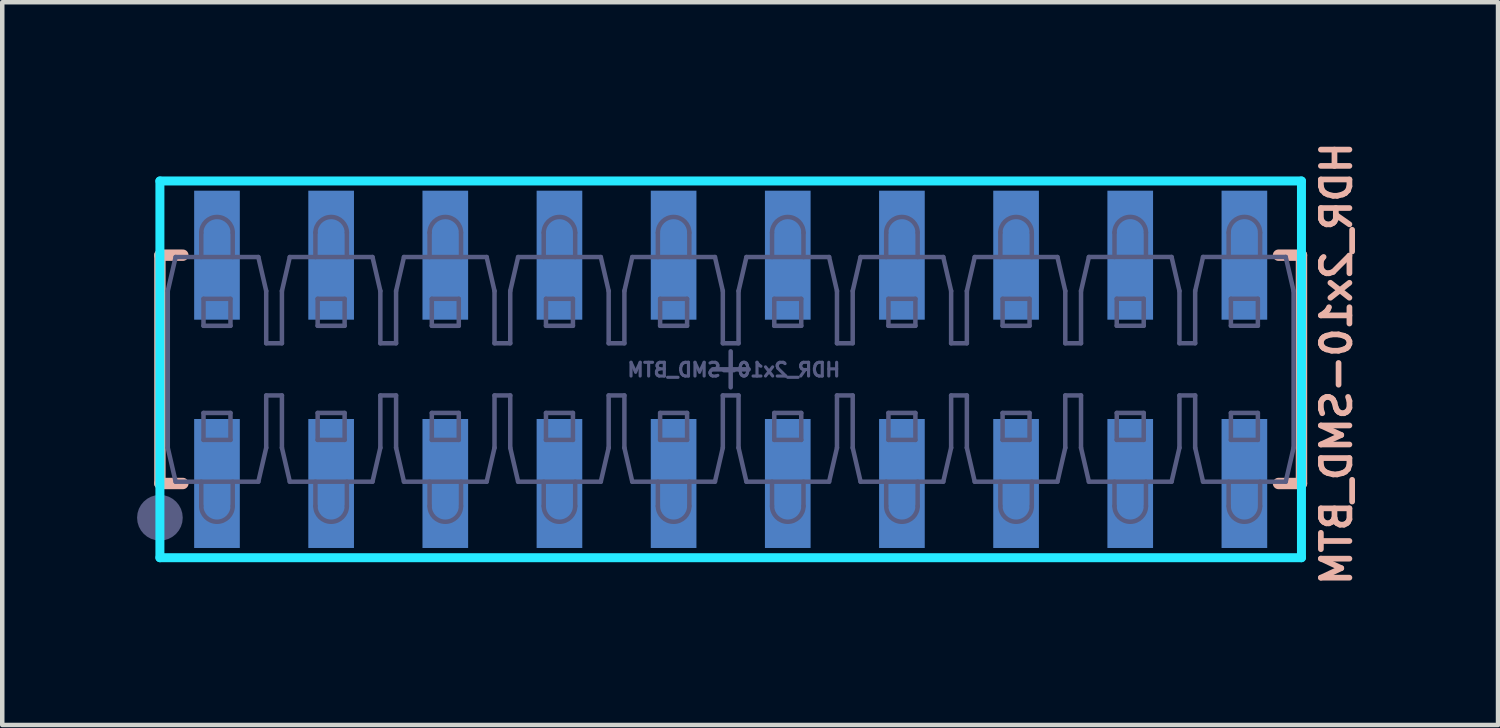
<source format=kicad_pcb>
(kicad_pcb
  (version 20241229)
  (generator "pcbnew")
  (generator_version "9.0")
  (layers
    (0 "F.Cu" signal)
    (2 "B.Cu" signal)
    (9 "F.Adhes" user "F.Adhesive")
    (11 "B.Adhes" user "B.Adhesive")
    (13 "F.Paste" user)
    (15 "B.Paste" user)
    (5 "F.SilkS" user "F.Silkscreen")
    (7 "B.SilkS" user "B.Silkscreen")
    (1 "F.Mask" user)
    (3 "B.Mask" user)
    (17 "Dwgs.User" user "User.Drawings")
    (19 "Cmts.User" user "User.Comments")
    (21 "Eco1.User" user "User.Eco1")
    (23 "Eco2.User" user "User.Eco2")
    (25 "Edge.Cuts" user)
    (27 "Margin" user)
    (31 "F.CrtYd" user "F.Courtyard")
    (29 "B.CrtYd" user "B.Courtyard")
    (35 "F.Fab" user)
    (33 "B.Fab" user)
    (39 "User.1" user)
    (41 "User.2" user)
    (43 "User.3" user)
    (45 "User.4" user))
  (footprint "HDR_2x10-SMD_BTM"
    (layer "F.Cu")
    (at 13.208 5.168)
    (property "Reference" "HDR_2x10-SMD_BTM" (at 13.48 -0.127 90) (unlocked yes) (layer "B.SilkS") (effects (font (size 0.635 0.635) (thickness 0.127)) (justify mirror)))
    (fp_line (start -12.7 2.54) (end -12.7 -2.54) (stroke (width 0.254) (type solid)) (layer "B.SilkS"))
    (fp_line (start -12.19 -2.54) (end -12.7 -2.54) (stroke (width 0.254) (type solid)) (layer "B.SilkS"))
    (fp_line (start -12.19 2.54) (end -12.7 2.54) (stroke (width 0.254) (type solid)) (layer "B.SilkS"))
    (fp_line (start 12.19 -2.54) (end 12.7 -2.54) (stroke (width 0.254) (type solid)) (layer "B.SilkS"))
    (fp_line (start 12.19 2.54) (end 12.7 2.54) (stroke (width 0.254) (type solid)) (layer "B.SilkS"))
    (fp_line (start 12.7 2.54) (end 12.7 -2.54) (stroke (width 0.254) (type solid)) (layer "B.SilkS"))
    (fp_circle (center -12.7 3.302) (end -12.7 3.175) (stroke (width 0.35) (type solid)) (fill no) (layer "B.SilkS"))
    (fp_line (start -12.7 -4.191) (end 12.7 -4.191) (stroke (width 0.2) (type solid)) (layer "B.CrtYd"))
    (fp_line (start -12.7 4.191) (end -12.7 -4.191) (stroke (width 0.2) (type solid)) (layer "B.CrtYd"))
    (fp_line (start -12.7 4.191) (end 12.7 4.191) (stroke (width 0.2) (type solid)) (layer "B.CrtYd"))
    (fp_line (start 12.7 4.191) (end 12.7 -4.191) (stroke (width 0.2) (type solid)) (layer "B.CrtYd"))
    (fp_line (start -12.525 -1.744) (end -12.35 -2.499) (stroke (width 0.1) (type solid)) (layer "B.Fab"))
    (fp_line (start -12.525 1.745) (end -12.525 -1.745) (stroke (width 0.1) (type solid)) (layer "B.Fab"))
    (fp_line (start -12.525 1.745) (end -12.35 2.5) (stroke (width 0.1) (type solid)) (layer "B.Fab"))
    (fp_line (start -12.35 -2.499) (end -10.51 -2.499) (stroke (width 0.1) (type solid)) (layer "B.Fab"))
    (fp_line (start -12.35 2.5) (end -10.51 2.5) (stroke (width 0.1) (type solid)) (layer "B.Fab"))
    (fp_line (start -11.78 -2.499) (end -11.78 -3.04) (stroke (width 0.1) (type solid)) (layer "B.Fab"))
    (fp_line (start -11.78 3.042) (end -11.78 2.5) (stroke (width 0.1) (type solid)) (layer "B.Fab"))
    (fp_line (start -11.73 -1.569) (end -11.13 -1.569) (stroke (width 0.1) (type solid)) (layer "B.Fab"))
    (fp_line (start -11.73 -0.969) (end -11.73 -1.569) (stroke (width 0.1) (type solid)) (layer "B.Fab"))
    (fp_line (start -11.73 -0.969) (end -11.13 -0.969) (stroke (width 0.1) (type solid)) (layer "B.Fab"))
    (fp_line (start -11.73 0.97) (end -11.13 0.97) (stroke (width 0.1) (type solid)) (layer "B.Fab"))
    (fp_line (start -11.73 1.57) (end -11.73 0.97) (stroke (width 0.1) (type solid)) (layer "B.Fab"))
    (fp_line (start -11.73 1.57) (end -11.13 1.57) (stroke (width 0.1) (type solid)) (layer "B.Fab"))
    (fp_line (start -11.13 -0.969) (end -11.13 -1.569) (stroke (width 0.1) (type solid)) (layer "B.Fab"))
    (fp_line (start -11.13 1.57) (end -11.13 0.97) (stroke (width 0.1) (type solid)) (layer "B.Fab"))
    (fp_line (start -11.08 -2.499) (end -11.08 -3.04) (stroke (width 0.1) (type solid)) (layer "B.Fab"))
    (fp_line (start -11.08 3.042) (end -11.08 2.5) (stroke (width 0.1) (type solid)) (layer "B.Fab"))
    (fp_line (start -10.51 -2.499) (end -10.335 -1.744) (stroke (width 0.1) (type solid)) (layer "B.Fab"))
    (fp_line (start -10.51 2.5) (end -10.335 1.745) (stroke (width 0.1) (type solid)) (layer "B.Fab"))
    (fp_line (start -10.335 -0.58) (end -10.335 -1.744) (stroke (width 0.1) (type solid)) (layer "B.Fab"))
    (fp_line (start -10.335 -0.58) (end -9.985 -0.58) (stroke (width 0.1) (type solid)) (layer "B.Fab"))
    (fp_line (start -10.335 0.581) (end -9.985 0.581) (stroke (width 0.1) (type solid)) (layer "B.Fab"))
    (fp_line (start -10.335 1.745) (end -10.335 0.581) (stroke (width 0.1) (type solid)) (layer "B.Fab"))
    (fp_line (start -9.985 -1.744) (end -9.81 -2.499) (stroke (width 0.1) (type solid)) (layer "B.Fab"))
    (fp_line (start -9.985 -0.58) (end -9.985 -1.744) (stroke (width 0.1) (type solid)) (layer "B.Fab"))
    (fp_line (start -9.985 1.745) (end -9.985 0.581) (stroke (width 0.1) (type solid)) (layer "B.Fab"))
    (fp_line (start -9.985 1.745) (end -9.81 2.5) (stroke (width 0.1) (type solid)) (layer "B.Fab"))
    (fp_line (start -9.81 -2.499) (end -7.97 -2.499) (stroke (width 0.1) (type solid)) (layer "B.Fab"))
    (fp_line (start -9.81 2.5) (end -7.97 2.5) (stroke (width 0.1) (type solid)) (layer "B.Fab"))
    (fp_line (start -9.24 -2.499) (end -9.24 -3.04) (stroke (width 0.1) (type solid)) (layer "B.Fab"))
    (fp_line (start -9.24 3.042) (end -9.24 2.5) (stroke (width 0.1) (type solid)) (layer "B.Fab"))
    (fp_line (start -9.19 -1.569) (end -8.59 -1.569) (stroke (width 0.1) (type solid)) (layer "B.Fab"))
    (fp_line (start -9.19 -0.969) (end -9.19 -1.569) (stroke (width 0.1) (type solid)) (layer "B.Fab"))
    (fp_line (start -9.19 -0.969) (end -8.59 -0.969) (stroke (width 0.1) (type solid)) (layer "B.Fab"))
    (fp_line (start -9.19 0.97) (end -8.59 0.97) (stroke (width 0.1) (type solid)) (layer "B.Fab"))
    (fp_line (start -9.19 1.57) (end -9.19 0.97) (stroke (width 0.1) (type solid)) (layer "B.Fab"))
    (fp_line (start -9.19 1.57) (end -8.59 1.57) (stroke (width 0.1) (type solid)) (layer "B.Fab"))
    (fp_line (start -8.59 -0.969) (end -8.59 -1.569) (stroke (width 0.1) (type solid)) (layer "B.Fab"))
    (fp_line (start -8.59 1.57) (end -8.59 0.97) (stroke (width 0.1) (type solid)) (layer "B.Fab"))
    (fp_line (start -8.54 -2.499) (end -8.54 -3.04) (stroke (width 0.1) (type solid)) (layer "B.Fab"))
    (fp_line (start -8.54 3.042) (end -8.54 2.5) (stroke (width 0.1) (type solid)) (layer "B.Fab"))
    (fp_line (start -7.97 -2.499) (end -7.795 -1.744) (stroke (width 0.1) (type solid)) (layer "B.Fab"))
    (fp_line (start -7.97 2.5) (end -7.795 1.745) (stroke (width 0.1) (type solid)) (layer "B.Fab"))
    (fp_line (start -7.795 -0.58) (end -7.795 -1.744) (stroke (width 0.1) (type solid)) (layer "B.Fab"))
    (fp_line (start -7.795 -0.58) (end -7.445 -0.58) (stroke (width 0.1) (type solid)) (layer "B.Fab"))
    (fp_line (start -7.795 0.581) (end -7.445 0.581) (stroke (width 0.1) (type solid)) (layer "B.Fab"))
    (fp_line (start -7.795 1.745) (end -7.795 0.581) (stroke (width 0.1) (type solid)) (layer "B.Fab"))
    (fp_line (start -7.445 -1.744) (end -7.27 -2.499) (stroke (width 0.1) (type solid)) (layer "B.Fab"))
    (fp_line (start -7.445 -0.58) (end -7.445 -1.744) (stroke (width 0.1) (type solid)) (layer "B.Fab"))
    (fp_line (start -7.445 1.745) (end -7.445 0.581) (stroke (width 0.1) (type solid)) (layer "B.Fab"))
    (fp_line (start -7.445 1.745) (end -7.27 2.5) (stroke (width 0.1) (type solid)) (layer "B.Fab"))
    (fp_line (start -7.27 -2.499) (end -5.43 -2.499) (stroke (width 0.1) (type solid)) (layer "B.Fab"))
    (fp_line (start -7.27 2.5) (end -5.43 2.5) (stroke (width 0.1) (type solid)) (layer "B.Fab"))
    (fp_line (start -6.7 -2.499) (end -6.7 -3.04) (stroke (width 0.1) (type solid)) (layer "B.Fab"))
    (fp_line (start -6.7 3.042) (end -6.7 2.5) (stroke (width 0.1) (type solid)) (layer "B.Fab"))
    (fp_line (start -6.65 -1.569) (end -6.05 -1.569) (stroke (width 0.1) (type solid)) (layer "B.Fab"))
    (fp_line (start -6.65 -0.969) (end -6.65 -1.569) (stroke (width 0.1) (type solid)) (layer "B.Fab"))
    (fp_line (start -6.65 -0.969) (end -6.05 -0.969) (stroke (width 0.1) (type solid)) (layer "B.Fab"))
    (fp_line (start -6.65 0.97) (end -6.05 0.97) (stroke (width 0.1) (type solid)) (layer "B.Fab"))
    (fp_line (start -6.65 1.57) (end -6.65 0.97) (stroke (width 0.1) (type solid)) (layer "B.Fab"))
    (fp_line (start -6.65 1.57) (end -6.05 1.57) (stroke (width 0.1) (type solid)) (layer "B.Fab"))
    (fp_line (start -6.05 -0.969) (end -6.05 -1.569) (stroke (width 0.1) (type solid)) (layer "B.Fab"))
    (fp_line (start -6.05 1.57) (end -6.05 0.97) (stroke (width 0.1) (type solid)) (layer "B.Fab"))
    (fp_line (start -6 -2.499) (end -6 -3.04) (stroke (width 0.1) (type solid)) (layer "B.Fab"))
    (fp_line (start -6 3.042) (end -6 2.5) (stroke (width 0.1) (type solid)) (layer "B.Fab"))
    (fp_line (start -5.43 -2.499) (end -5.255 -1.744) (stroke (width 0.1) (type solid)) (layer "B.Fab"))
    (fp_line (start -5.43 2.5) (end -5.255 1.745) (stroke (width 0.1) (type solid)) (layer "B.Fab"))
    (fp_line (start -5.255 -0.58) (end -5.255 -1.744) (stroke (width 0.1) (type solid)) (layer "B.Fab"))
    (fp_line (start -5.255 -0.58) (end -4.905 -0.58) (stroke (width 0.1) (type solid)) (layer "B.Fab"))
    (fp_line (start -5.255 0.581) (end -4.905 0.581) (stroke (width 0.1) (type solid)) (layer "B.Fab"))
    (fp_line (start -5.255 1.745) (end -5.255 0.581) (stroke (width 0.1) (type solid)) (layer "B.Fab"))
    (fp_line (start -4.905 -1.744) (end -4.73 -2.499) (stroke (width 0.1) (type solid)) (layer "B.Fab"))
    (fp_line (start -4.905 -0.58) (end -4.905 -1.744) (stroke (width 0.1) (type solid)) (layer "B.Fab"))
    (fp_line (start -4.905 1.745) (end -4.905 0.581) (stroke (width 0.1) (type solid)) (layer "B.Fab"))
    (fp_line (start -4.905 1.745) (end -4.73 2.5) (stroke (width 0.1) (type solid)) (layer "B.Fab"))
    (fp_line (start -4.73 -2.499) (end -2.89 -2.499) (stroke (width 0.1) (type solid)) (layer "B.Fab"))
    (fp_line (start -4.73 2.5) (end -2.89 2.5) (stroke (width 0.1) (type solid)) (layer "B.Fab"))
    (fp_line (start -4.16 -2.499) (end -4.16 -3.04) (stroke (width 0.1) (type solid)) (layer "B.Fab"))
    (fp_line (start -4.16 3.042) (end -4.16 2.5) (stroke (width 0.1) (type solid)) (layer "B.Fab"))
    (fp_line (start -4.11 -1.569) (end -3.51 -1.569) (stroke (width 0.1) (type solid)) (layer "B.Fab"))
    (fp_line (start -4.11 -0.969) (end -4.11 -1.569) (stroke (width 0.1) (type solid)) (layer "B.Fab"))
    (fp_line (start -4.11 -0.969) (end -3.51 -0.969) (stroke (width 0.1) (type solid)) (layer "B.Fab"))
    (fp_line (start -4.11 0.97) (end -3.51 0.97) (stroke (width 0.1) (type solid)) (layer "B.Fab"))
    (fp_line (start -4.11 1.57) (end -4.11 0.97) (stroke (width 0.1) (type solid)) (layer "B.Fab"))
    (fp_line (start -4.11 1.57) (end -3.51 1.57) (stroke (width 0.1) (type solid)) (layer "B.Fab"))
    (fp_line (start -3.51 -0.969) (end -3.51 -1.569) (stroke (width 0.1) (type solid)) (layer "B.Fab"))
    (fp_line (start -3.51 1.57) (end -3.51 0.97) (stroke (width 0.1) (type solid)) (layer "B.Fab"))
    (fp_line (start -3.46 -2.499) (end -3.46 -3.04) (stroke (width 0.1) (type solid)) (layer "B.Fab"))
    (fp_line (start -3.46 3.042) (end -3.46 2.5) (stroke (width 0.1) (type solid)) (layer "B.Fab"))
    (fp_line (start -2.89 -2.499) (end -2.715 -1.744) (stroke (width 0.1) (type solid)) (layer "B.Fab"))
    (fp_line (start -2.89 2.5) (end -2.715 1.745) (stroke (width 0.1) (type solid)) (layer "B.Fab"))
    (fp_line (start -2.715 -0.58) (end -2.715 -1.744) (stroke (width 0.1) (type solid)) (layer "B.Fab"))
    (fp_line (start -2.715 -0.58) (end -2.365 -0.58) (stroke (width 0.1) (type solid)) (layer "B.Fab"))
    (fp_line (start -2.715 0.581) (end -2.365 0.581) (stroke (width 0.1) (type solid)) (layer "B.Fab"))
    (fp_line (start -2.715 1.745) (end -2.715 0.581) (stroke (width 0.1) (type solid)) (layer "B.Fab"))
    (fp_line (start -2.365 -1.744) (end -2.19 -2.499) (stroke (width 0.1) (type solid)) (layer "B.Fab"))
    (fp_line (start -2.365 -0.58) (end -2.365 -1.744) (stroke (width 0.1) (type solid)) (layer "B.Fab"))
    (fp_line (start -2.365 1.745) (end -2.365 0.581) (stroke (width 0.1) (type solid)) (layer "B.Fab"))
    (fp_line (start -2.365 1.745) (end -2.19 2.5) (stroke (width 0.1) (type solid)) (layer "B.Fab"))
    (fp_line (start -2.19 -2.499) (end -0.35 -2.499) (stroke (width 0.1) (type solid)) (layer "B.Fab"))
    (fp_line (start -2.19 2.5) (end -0.35 2.5) (stroke (width 0.1) (type solid)) (layer "B.Fab"))
    (fp_line (start -1.62 -2.499) (end -1.62 -3.04) (stroke (width 0.1) (type solid)) (layer "B.Fab"))
    (fp_line (start -1.62 3.042) (end -1.62 2.5) (stroke (width 0.1) (type solid)) (layer "B.Fab"))
    (fp_line (start -1.57 -1.569) (end -0.97 -1.569) (stroke (width 0.1) (type solid)) (layer "B.Fab"))
    (fp_line (start -1.57 -0.969) (end -1.57 -1.569) (stroke (width 0.1) (type solid)) (layer "B.Fab"))
    (fp_line (start -1.57 -0.969) (end -0.97 -0.969) (stroke (width 0.1) (type solid)) (layer "B.Fab"))
    (fp_line (start -1.57 0.97) (end -0.97 0.97) (stroke (width 0.1) (type solid)) (layer "B.Fab"))
    (fp_line (start -1.57 1.57) (end -1.57 0.97) (stroke (width 0.1) (type solid)) (layer "B.Fab"))
    (fp_line (start -1.57 1.57) (end -0.97 1.57) (stroke (width 0.1) (type solid)) (layer "B.Fab"))
    (fp_line (start -0.97 -0.969) (end -0.97 -1.569) (stroke (width 0.1) (type solid)) (layer "B.Fab"))
    (fp_line (start -0.97 1.57) (end -0.97 0.97) (stroke (width 0.1) (type solid)) (layer "B.Fab"))
    (fp_line (start -0.92 -2.499) (end -0.92 -3.04) (stroke (width 0.1) (type solid)) (layer "B.Fab"))
    (fp_line (start -0.92 3.042) (end -0.92 2.5) (stroke (width 0.1) (type solid)) (layer "B.Fab"))
    (fp_line (start -0.4 0) (end 0.4 0) (stroke (width 0.1) (type solid)) (layer "B.Fab"))
    (fp_line (start -0.35 -2.499) (end -0.175 -1.744) (stroke (width 0.1) (type solid)) (layer "B.Fab"))
    (fp_line (start -0.35 2.5) (end -0.175 1.745) (stroke (width 0.1) (type solid)) (layer "B.Fab"))
    (fp_line (start -0.175 -0.58) (end -0.175 -1.744) (stroke (width 0.1) (type solid)) (layer "B.Fab"))
    (fp_line (start -0.175 -0.58) (end 0.175 -0.58) (stroke (width 0.1) (type solid)) (layer "B.Fab"))
    (fp_line (start -0.175 0.581) (end 0.175 0.581) (stroke (width 0.1) (type solid)) (layer "B.Fab"))
    (fp_line (start -0.175 1.745) (end -0.175 0.581) (stroke (width 0.1) (type solid)) (layer "B.Fab"))
    (fp_line (start 0 0.4) (end 0 -0.4) (stroke (width 0.1) (type solid)) (layer "B.Fab"))
    (fp_line (start 0.175 -1.744) (end 0.35 -2.499) (stroke (width 0.1) (type solid)) (layer "B.Fab"))
    (fp_line (start 0.175 -0.58) (end 0.175 -1.744) (stroke (width 0.1) (type solid)) (layer "B.Fab"))
    (fp_line (start 0.175 1.745) (end 0.175 0.581) (stroke (width 0.1) (type solid)) (layer "B.Fab"))
    (fp_line (start 0.175 1.745) (end 0.35 2.5) (stroke (width 0.1) (type solid)) (layer "B.Fab"))
    (fp_line (start 0.35 -2.499) (end 2.19 -2.499) (stroke (width 0.1) (type solid)) (layer "B.Fab"))
    (fp_line (start 0.35 2.5) (end 2.19 2.5) (stroke (width 0.1) (type solid)) (layer "B.Fab"))
    (fp_line (start 0.92 -2.499) (end 0.92 -3.04) (stroke (width 0.1) (type solid)) (layer "B.Fab"))
    (fp_line (start 0.92 3.042) (end 0.92 2.5) (stroke (width 0.1) (type solid)) (layer "B.Fab"))
    (fp_line (start 0.97 -1.569) (end 1.57 -1.569) (stroke (width 0.1) (type solid)) (layer "B.Fab"))
    (fp_line (start 0.97 -0.969) (end 0.97 -1.569) (stroke (width 0.1) (type solid)) (layer "B.Fab"))
    (fp_line (start 0.97 -0.969) (end 1.57 -0.969) (stroke (width 0.1) (type solid)) (layer "B.Fab"))
    (fp_line (start 0.97 0.97) (end 1.57 0.97) (stroke (width 0.1) (type solid)) (layer "B.Fab"))
    (fp_line (start 0.97 1.57) (end 0.97 0.97) (stroke (width 0.1) (type solid)) (layer "B.Fab"))
    (fp_line (start 0.97 1.57) (end 1.57 1.57) (stroke (width 0.1) (type solid)) (layer "B.Fab"))
    (fp_line (start 1.57 -0.969) (end 1.57 -1.569) (stroke (width 0.1) (type solid)) (layer "B.Fab"))
    (fp_line (start 1.57 1.57) (end 1.57 0.97) (stroke (width 0.1) (type solid)) (layer "B.Fab"))
    (fp_line (start 1.62 -2.499) (end 1.62 -3.04) (stroke (width 0.1) (type solid)) (layer "B.Fab"))
    (fp_line (start 1.62 3.042) (end 1.62 2.5) (stroke (width 0.1) (type solid)) (layer "B.Fab"))
    (fp_line (start 2.19 -2.499) (end 2.365 -1.744) (stroke (width 0.1) (type solid)) (layer "B.Fab"))
    (fp_line (start 2.19 2.5) (end 2.365 1.745) (stroke (width 0.1) (type solid)) (layer "B.Fab"))
    (fp_line (start 2.365 -0.58) (end 2.365 -1.744) (stroke (width 0.1) (type solid)) (layer "B.Fab"))
    (fp_line (start 2.365 -0.58) (end 2.715 -0.58) (stroke (width 0.1) (type solid)) (layer "B.Fab"))
    (fp_line (start 2.365 0.581) (end 2.715 0.581) (stroke (width 0.1) (type solid)) (layer "B.Fab"))
    (fp_line (start 2.365 1.745) (end 2.365 0.581) (stroke (width 0.1) (type solid)) (layer "B.Fab"))
    (fp_line (start 2.715 -1.744) (end 2.89 -2.499) (stroke (width 0.1) (type solid)) (layer "B.Fab"))
    (fp_line (start 2.715 -0.58) (end 2.715 -1.744) (stroke (width 0.1) (type solid)) (layer "B.Fab"))
    (fp_line (start 2.715 1.745) (end 2.715 0.581) (stroke (width 0.1) (type solid)) (layer "B.Fab"))
    (fp_line (start 2.715 1.745) (end 2.89 2.5) (stroke (width 0.1) (type solid)) (layer "B.Fab"))
    (fp_line (start 2.89 -2.499) (end 4.73 -2.499) (stroke (width 0.1) (type solid)) (layer "B.Fab"))
    (fp_line (start 2.89 2.5) (end 4.73 2.5) (stroke (width 0.1) (type solid)) (layer "B.Fab"))
    (fp_line (start 3.46 -2.499) (end 3.46 -3.04) (stroke (width 0.1) (type solid)) (layer "B.Fab"))
    (fp_line (start 3.46 3.042) (end 3.46 2.5) (stroke (width 0.1) (type solid)) (layer "B.Fab"))
    (fp_line (start 3.51 -1.569) (end 4.11 -1.569) (stroke (width 0.1) (type solid)) (layer "B.Fab"))
    (fp_line (start 3.51 -0.969) (end 3.51 -1.569) (stroke (width 0.1) (type solid)) (layer "B.Fab"))
    (fp_line (start 3.51 -0.969) (end 4.11 -0.969) (stroke (width 0.1) (type solid)) (layer "B.Fab"))
    (fp_line (start 3.51 0.97) (end 4.11 0.97) (stroke (width 0.1) (type solid)) (layer "B.Fab"))
    (fp_line (start 3.51 1.57) (end 3.51 0.97) (stroke (width 0.1) (type solid)) (layer "B.Fab"))
    (fp_line (start 3.51 1.57) (end 4.11 1.57) (stroke (width 0.1) (type solid)) (layer "B.Fab"))
    (fp_line (start 4.11 -0.969) (end 4.11 -1.569) (stroke (width 0.1) (type solid)) (layer "B.Fab"))
    (fp_line (start 4.11 1.57) (end 4.11 0.97) (stroke (width 0.1) (type solid)) (layer "B.Fab"))
    (fp_line (start 4.16 -2.499) (end 4.16 -3.04) (stroke (width 0.1) (type solid)) (layer "B.Fab"))
    (fp_line (start 4.16 3.042) (end 4.16 2.5) (stroke (width 0.1) (type solid)) (layer "B.Fab"))
    (fp_line (start 4.73 -2.499) (end 4.905 -1.744) (stroke (width 0.1) (type solid)) (layer "B.Fab"))
    (fp_line (start 4.73 2.5) (end 4.905 1.745) (stroke (width 0.1) (type solid)) (layer "B.Fab"))
    (fp_line (start 4.905 -0.58) (end 4.905 -1.744) (stroke (width 0.1) (type solid)) (layer "B.Fab"))
    (fp_line (start 4.905 -0.58) (end 5.255 -0.58) (stroke (width 0.1) (type solid)) (layer "B.Fab"))
    (fp_line (start 4.905 0.581) (end 5.255 0.581) (stroke (width 0.1) (type solid)) (layer "B.Fab"))
    (fp_line (start 4.905 1.745) (end 4.905 0.581) (stroke (width 0.1) (type solid)) (layer "B.Fab"))
    (fp_line (start 5.255 -1.744) (end 5.43 -2.499) (stroke (width 0.1) (type solid)) (layer "B.Fab"))
    (fp_line (start 5.255 -0.58) (end 5.255 -1.744) (stroke (width 0.1) (type solid)) (layer "B.Fab"))
    (fp_line (start 5.255 1.745) (end 5.255 0.581) (stroke (width 0.1) (type solid)) (layer "B.Fab"))
    (fp_line (start 5.255 1.745) (end 5.43 2.5) (stroke (width 0.1) (type solid)) (layer "B.Fab"))
    (fp_line (start 5.43 -2.499) (end 7.27 -2.499) (stroke (width 0.1) (type solid)) (layer "B.Fab"))
    (fp_line (start 5.43 2.5) (end 7.27 2.5) (stroke (width 0.1) (type solid)) (layer "B.Fab"))
    (fp_line (start 6 -2.499) (end 6 -3.04) (stroke (width 0.1) (type solid)) (layer "B.Fab"))
    (fp_line (start 6 3.042) (end 6 2.5) (stroke (width 0.1) (type solid)) (layer "B.Fab"))
    (fp_line (start 6.05 -1.569) (end 6.65 -1.569) (stroke (width 0.1) (type solid)) (layer "B.Fab"))
    (fp_line (start 6.05 -0.969) (end 6.05 -1.569) (stroke (width 0.1) (type solid)) (layer "B.Fab"))
    (fp_line (start 6.05 -0.969) (end 6.65 -0.969) (stroke (width 0.1) (type solid)) (layer "B.Fab"))
    (fp_line (start 6.05 0.97) (end 6.65 0.97) (stroke (width 0.1) (type solid)) (layer "B.Fab"))
    (fp_line (start 6.05 1.57) (end 6.05 0.97) (stroke (width 0.1) (type solid)) (layer "B.Fab"))
    (fp_line (start 6.05 1.57) (end 6.65 1.57) (stroke (width 0.1) (type solid)) (layer "B.Fab"))
    (fp_line (start 6.65 -0.969) (end 6.65 -1.569) (stroke (width 0.1) (type solid)) (layer "B.Fab"))
    (fp_line (start 6.65 1.57) (end 6.65 0.97) (stroke (width 0.1) (type solid)) (layer "B.Fab"))
    (fp_line (start 6.7 -2.499) (end 6.7 -3.04) (stroke (width 0.1) (type solid)) (layer "B.Fab"))
    (fp_line (start 6.7 3.042) (end 6.7 2.5) (stroke (width 0.1) (type solid)) (layer "B.Fab"))
    (fp_line (start 7.27 -2.499) (end 7.445 -1.744) (stroke (width 0.1) (type solid)) (layer "B.Fab"))
    (fp_line (start 7.27 2.5) (end 7.445 1.745) (stroke (width 0.1) (type solid)) (layer "B.Fab"))
    (fp_line (start 7.445 -0.58) (end 7.445 -1.744) (stroke (width 0.1) (type solid)) (layer "B.Fab"))
    (fp_line (start 7.445 -0.58) (end 7.795 -0.58) (stroke (width 0.1) (type solid)) (layer "B.Fab"))
    (fp_line (start 7.445 0.581) (end 7.795 0.581) (stroke (width 0.1) (type solid)) (layer "B.Fab"))
    (fp_line (start 7.445 1.745) (end 7.445 0.581) (stroke (width 0.1) (type solid)) (layer "B.Fab"))
    (fp_line (start 7.795 -1.745) (end 7.97 -2.5) (stroke (width 0.1) (type solid)) (layer "B.Fab"))
    (fp_line (start 7.795 -0.581) (end 7.795 -1.745) (stroke (width 0.1) (type solid)) (layer "B.Fab"))
    (fp_line (start 7.795 1.745) (end 7.795 0.581) (stroke (width 0.1) (type solid)) (layer "B.Fab"))
    (fp_line (start 7.795 1.745) (end 7.97 2.5) (stroke (width 0.1) (type solid)) (layer "B.Fab"))
    (fp_line (start 7.97 -2.5) (end 9.81 -2.5) (stroke (width 0.1) (type solid)) (layer "B.Fab"))
    (fp_line (start 7.97 2.5) (end 9.81 2.5) (stroke (width 0.1) (type solid)) (layer "B.Fab"))
    (fp_line (start 8.54 -2.5) (end 8.54 -3.042) (stroke (width 0.1) (type solid)) (layer "B.Fab"))
    (fp_line (start 8.54 3.042) (end 8.54 2.5) (stroke (width 0.1) (type solid)) (layer "B.Fab"))
    (fp_line (start 8.59 -1.57) (end 9.19 -1.57) (stroke (width 0.1) (type solid)) (layer "B.Fab"))
    (fp_line (start 8.59 -0.97) (end 8.59 -1.57) (stroke (width 0.1) (type solid)) (layer "B.Fab"))
    (fp_line (start 8.59 -0.97) (end 9.19 -0.97) (stroke (width 0.1) (type solid)) (layer "B.Fab"))
    (fp_line (start 8.59 0.97) (end 9.19 0.97) (stroke (width 0.1) (type solid)) (layer "B.Fab"))
    (fp_line (start 8.59 1.57) (end 8.59 0.97) (stroke (width 0.1) (type solid)) (layer "B.Fab"))
    (fp_line (start 8.59 1.57) (end 9.19 1.57) (stroke (width 0.1) (type solid)) (layer "B.Fab"))
    (fp_line (start 9.19 -0.97) (end 9.19 -1.57) (stroke (width 0.1) (type solid)) (layer "B.Fab"))
    (fp_line (start 9.19 1.57) (end 9.19 0.97) (stroke (width 0.1) (type solid)) (layer "B.Fab"))
    (fp_line (start 9.24 -2.5) (end 9.24 -3.042) (stroke (width 0.1) (type solid)) (layer "B.Fab"))
    (fp_line (start 9.24 3.042) (end 9.24 2.5) (stroke (width 0.1) (type solid)) (layer "B.Fab"))
    (fp_line (start 9.81 -2.5) (end 9.985 -1.745) (stroke (width 0.1) (type solid)) (layer "B.Fab"))
    (fp_line (start 9.81 2.5) (end 9.985 1.745) (stroke (width 0.1) (type solid)) (layer "B.Fab"))
    (fp_line (start 9.985 -0.581) (end 9.985 -1.745) (stroke (width 0.1) (type solid)) (layer "B.Fab"))
    (fp_line (start 9.985 -0.581) (end 10.335 -0.581) (stroke (width 0.1) (type solid)) (layer "B.Fab"))
    (fp_line (start 9.985 0.581) (end 10.335 0.581) (stroke (width 0.1) (type solid)) (layer "B.Fab"))
    (fp_line (start 9.985 1.745) (end 9.985 0.581) (stroke (width 0.1) (type solid)) (layer "B.Fab"))
    (fp_line (start 10.335 -1.745) (end 10.51 -2.5) (stroke (width 0.1) (type solid)) (layer "B.Fab"))
    (fp_line (start 10.335 -0.581) (end 10.335 -1.745) (stroke (width 0.1) (type solid)) (layer "B.Fab"))
    (fp_line (start 10.335 1.745) (end 10.335 0.581) (stroke (width 0.1) (type solid)) (layer "B.Fab"))
    (fp_line (start 10.335 1.745) (end 10.51 2.5) (stroke (width 0.1) (type solid)) (layer "B.Fab"))
    (fp_line (start 10.51 -2.5) (end 12.35 -2.5) (stroke (width 0.1) (type solid)) (layer "B.Fab"))
    (fp_line (start 10.51 2.5) (end 12.35 2.5) (stroke (width 0.1) (type solid)) (layer "B.Fab"))
    (fp_line (start 11.08 -2.5) (end 11.08 -3.042) (stroke (width 0.1) (type solid)) (layer "B.Fab"))
    (fp_line (start 11.08 3.042) (end 11.08 2.5) (stroke (width 0.1) (type solid)) (layer "B.Fab"))
    (fp_line (start 11.13 -1.57) (end 11.73 -1.57) (stroke (width 0.1) (type solid)) (layer "B.Fab"))
    (fp_line (start 11.13 -0.97) (end 11.13 -1.57) (stroke (width 0.1) (type solid)) (layer "B.Fab"))
    (fp_line (start 11.13 -0.97) (end 11.73 -0.97) (stroke (width 0.1) (type solid)) (layer "B.Fab"))
    (fp_line (start 11.13 0.97) (end 11.13 1.57) (stroke (width 0.1) (type solid)) (layer "B.Fab"))
    (fp_line (start 11.13 0.97) (end 11.73 0.97) (stroke (width 0.1) (type solid)) (layer "B.Fab"))
    (fp_line (start 11.13 1.57) (end 11.73 1.57) (stroke (width 0.1) (type solid)) (layer "B.Fab"))
    (fp_line (start 11.73 -0.97) (end 11.73 -1.57) (stroke (width 0.1) (type solid)) (layer "B.Fab"))
    (fp_line (start 11.73 1.57) (end 11.73 0.97) (stroke (width 0.1) (type solid)) (layer "B.Fab"))
    (fp_line (start 11.78 -2.5) (end 11.78 -3.042) (stroke (width 0.1) (type solid)) (layer "B.Fab"))
    (fp_line (start 11.78 3.042) (end 11.78 2.5) (stroke (width 0.1) (type solid)) (layer "B.Fab"))
    (fp_line (start 12.35 -2.5) (end 12.525 -1.745) (stroke (width 0.1) (type solid)) (layer "B.Fab"))
    (fp_line (start 12.35 2.5) (end 12.525 1.745) (stroke (width 0.1) (type solid)) (layer "B.Fab"))
    (fp_line (start 12.525 1.745) (end 12.525 -1.745) (stroke (width 0.1) (type solid)) (layer "B.Fab"))
    (fp_arc (start -11.78 -3.04038) (mid -11.43 -3.39038) (end -11.08 -3.04038) (stroke (width 0.1) (type solid)) (layer "B.Fab"))
    (fp_arc (start -11.08 3.04156) (mid -11.43 3.39156) (end -11.78 3.04156) (stroke (width 0.1) (type solid)) (layer "B.Fab"))
    (fp_arc (start -9.24 -3.04038) (mid -8.89 -3.39038) (end -8.54 -3.04038) (stroke (width 0.1) (type solid)) (layer "B.Fab"))
    (fp_arc (start -8.54 3.04156) (mid -8.89 3.39156) (end -9.24 3.04156) (stroke (width 0.1) (type solid)) (layer "B.Fab"))
    (fp_arc (start -6.7 -3.04038) (mid -6.35 -3.39038) (end -6 -3.04038) (stroke (width 0.1) (type solid)) (layer "B.Fab"))
    (fp_arc (start -6 3.04156) (mid -6.35 3.39156) (end -6.7 3.04156) (stroke (width 0.1) (type solid)) (layer "B.Fab"))
    (fp_arc (start -4.16 -3.04038) (mid -3.81 -3.39038) (end -3.46 -3.04038) (stroke (width 0.1) (type solid)) (layer "B.Fab"))
    (fp_arc (start -3.46 3.04156) (mid -3.81 3.39156) (end -4.16 3.04156) (stroke (width 0.1) (type solid)) (layer "B.Fab"))
    (fp_arc (start -1.62 -3.04038) (mid -1.27 -3.39038) (end -0.92 -3.04038) (stroke (width 0.1) (type solid)) (layer "B.Fab"))
    (fp_arc (start -0.92 3.04156) (mid -1.27 3.39156) (end -1.62 3.04156) (stroke (width 0.1) (type solid)) (layer "B.Fab"))
    (fp_arc (start 0.92 -3.04038) (mid 1.27 -3.39038) (end 1.62 -3.04038) (stroke (width 0.1) (type solid)) (layer "B.Fab"))
    (fp_arc (start 1.62 3.04156) (mid 1.27 3.39156) (end 0.92 3.04156) (stroke (width 0.1) (type solid)) (layer "B.Fab"))
    (fp_arc (start 3.46 -3.04038) (mid 3.81 -3.39038) (end 4.16 -3.04038) (stroke (width 0.1) (type solid)) (layer "B.Fab"))
    (fp_arc (start 4.16 3.04156) (mid 3.81 3.39156) (end 3.46 3.04156) (stroke (width 0.1) (type solid)) (layer "B.Fab"))
    (fp_arc (start 6 -3.04038) (mid 6.35 -3.39038) (end 6.7 -3.04038) (stroke (width 0.1) (type solid)) (layer "B.Fab"))
    (fp_arc (start 6.7 3.04156) (mid 6.35 3.39156) (end 6 3.04156) (stroke (width 0.1) (type solid)) (layer "B.Fab"))
    (fp_arc (start 8.54 -3.04157) (mid 8.89 -3.39157) (end 9.24 -3.04157) (stroke (width 0.1) (type solid)) (layer "B.Fab"))
    (fp_arc (start 9.24 3.04156) (mid 8.89 3.39156) (end 8.54 3.04156) (stroke (width 0.1) (type solid)) (layer "B.Fab"))
    (fp_arc (start 11.07999 -3.04157) (mid 11.42999 -3.39157) (end 11.77999 -3.04157) (stroke (width 0.1) (type solid)) (layer "B.Fab"))
    (fp_arc (start 11.78 3.04156) (mid 11.43 3.39156) (end 11.08 3.04156) (stroke (width 0.1) (type solid)) (layer "B.Fab"))
    (fp_circle (center -12.7 3.302) (end -12.7 3.048) (stroke (width 0.508) (type solid)) (fill no) (layer "B.Fab"))
    (fp_text user "${REFERENCE}" (at 0.07 0.011 0) (unlocked yes) (layer "B.Fab") (effects (font (size 0.305 0.305) (thickness 0.07)) (justify mirror)))
    (pad "1" smd rect (at -11.43 2.54) (size 1.016 2.87) (layers "B.Cu" "B.Mask" "B.Paste") (padstack (mode front_inner_back) (layer "Inner" (shape rect) (size 1.016 2.87)) (layer "B.Cu" (shape rect) (size 1.016 2.87))))
    (pad "2" smd rect (at -11.43 -2.54) (size 1.016 2.87) (layers "B.Cu" "B.Mask" "B.Paste") (padstack (mode front_inner_back) (layer "Inner" (shape rect) (size 1.016 2.87)) (layer "B.Cu" (shape rect) (size 1.016 2.87))))
    (pad "3" smd rect (at -8.89 2.54) (size 1.016 2.87) (layers "B.Cu" "B.Mask" "B.Paste") (padstack (mode front_inner_back) (layer "Inner" (shape rect) (size 1.016 2.87)) (layer "B.Cu" (shape rect) (size 1.016 2.87))))
    (pad "4" smd rect (at -8.89 -2.54) (size 1.016 2.87) (layers "B.Cu" "B.Mask" "B.Paste") (padstack (mode front_inner_back) (layer "Inner" (shape rect) (size 1.016 2.87)) (layer "B.Cu" (shape rect) (size 1.016 2.87))))
    (pad "5" smd rect (at -6.35 2.54) (size 1.016 2.87) (layers "B.Cu" "B.Mask" "B.Paste") (padstack (mode front_inner_back) (layer "Inner" (shape rect) (size 1.016 2.87)) (layer "B.Cu" (shape rect) (size 1.016 2.87))))
    (pad "6" smd rect (at -6.35 -2.54) (size 1.016 2.87) (layers "B.Cu" "B.Mask" "B.Paste") (padstack (mode front_inner_back) (layer "Inner" (shape rect) (size 1.016 2.87)) (layer "B.Cu" (shape rect) (size 1.016 2.87))))
    (pad "7" smd rect (at -3.81 2.54) (size 1.016 2.87) (layers "B.Cu" "B.Mask" "B.Paste") (padstack (mode front_inner_back) (layer "Inner" (shape rect) (size 1.016 2.87)) (layer "B.Cu" (shape rect) (size 1.016 2.87))))
    (pad "8" smd rect (at -3.81 -2.54) (size 1.016 2.87) (layers "B.Cu" "B.Mask" "B.Paste") (padstack (mode front_inner_back) (layer "Inner" (shape rect) (size 1.016 2.87)) (layer "B.Cu" (shape rect) (size 1.016 2.87))))
    (pad "9" smd rect (at -1.27 2.54) (size 1.016 2.87) (layers "B.Cu" "B.Mask" "B.Paste") (padstack (mode front_inner_back) (layer "Inner" (shape rect) (size 1.016 2.87)) (layer "B.Cu" (shape rect) (size 1.016 2.87))))
    (pad "10" smd rect (at -1.27 -2.54) (size 1.016 2.87) (layers "B.Cu" "B.Mask" "B.Paste") (padstack (mode front_inner_back) (layer "Inner" (shape rect) (size 1.016 2.87)) (layer "B.Cu" (shape rect) (size 1.016 2.87))))
    (pad "11" smd rect (at 1.27 2.54) (size 1.016 2.87) (layers "B.Cu" "B.Mask" "B.Paste") (padstack (mode front_inner_back) (layer "Inner" (shape rect) (size 1.016 2.87)) (layer "B.Cu" (shape rect) (size 1.016 2.87))))
    (pad "12" smd rect (at 1.27 -2.54) (size 1.016 2.87) (layers "B.Cu" "B.Mask" "B.Paste") (padstack (mode front_inner_back) (layer "Inner" (shape rect) (size 1.016 2.87)) (layer "B.Cu" (shape rect) (size 1.016 2.87))))
    (pad "13" smd rect (at 3.81 2.54) (size 1.016 2.87) (layers "B.Cu" "B.Mask" "B.Paste") (padstack (mode front_inner_back) (layer "Inner" (shape rect) (size 1.016 2.87)) (layer "B.Cu" (shape rect) (size 1.016 2.87))))
    (pad "14" smd rect (at 3.81 -2.54) (size 1.016 2.87) (layers "B.Cu" "B.Mask" "B.Paste") (padstack (mode front_inner_back) (layer "Inner" (shape rect) (size 1.016 2.87)) (layer "B.Cu" (shape rect) (size 1.016 2.87))))
    (pad "15" smd rect (at 6.35 2.54) (size 1.016 2.87) (layers "B.Cu" "B.Mask" "B.Paste") (padstack (mode front_inner_back) (layer "Inner" (shape rect) (size 1.016 2.87)) (layer "B.Cu" (shape rect) (size 1.016 2.87))))
    (pad "16" smd rect (at 6.35 -2.54) (size 1.016 2.87) (layers "B.Cu" "B.Mask" "B.Paste") (padstack (mode front_inner_back) (layer "Inner" (shape rect) (size 1.016 2.87)) (layer "B.Cu" (shape rect) (size 1.016 2.87))))
    (pad "17" smd rect (at 8.89 2.54) (size 1.016 2.87) (layers "B.Cu" "B.Mask" "B.Paste") (padstack (mode front_inner_back) (layer "Inner" (shape rect) (size 1.016 2.87)) (layer "B.Cu" (shape rect) (size 1.016 2.87))))
    (pad "18" smd rect (at 8.89 -2.54) (size 1.016 2.87) (layers "B.Cu" "B.Mask" "B.Paste") (padstack (mode front_inner_back) (layer "Inner" (shape rect) (size 1.016 2.87)) (layer "B.Cu" (shape rect) (size 1.016 2.87))))
    (pad "19" smd rect (at 11.43 2.54) (size 1.016 2.87) (layers "B.Cu" "B.Mask" "B.Paste") (padstack (mode front_inner_back) (layer "Inner" (shape rect) (size 1.016 2.87)) (layer "B.Cu" (shape rect) (size 1.016 2.87))))
    (pad "20" smd rect (at 11.43 -2.54) (size 1.016 2.87) (layers "B.Cu" "B.Mask" "B.Paste") (padstack (mode front_inner_back) (layer "Inner" (shape rect) (size 1.016 2.87)) (layer "B.Cu" (shape rect) (size 1.016 2.87)))))
  (gr_rect
    (start -3 -3)
    (end 30.282 13.081)
    (stroke (width 0.1) (type default))
    (fill no)
    (layer "Edge.Cuts")))
</source>
